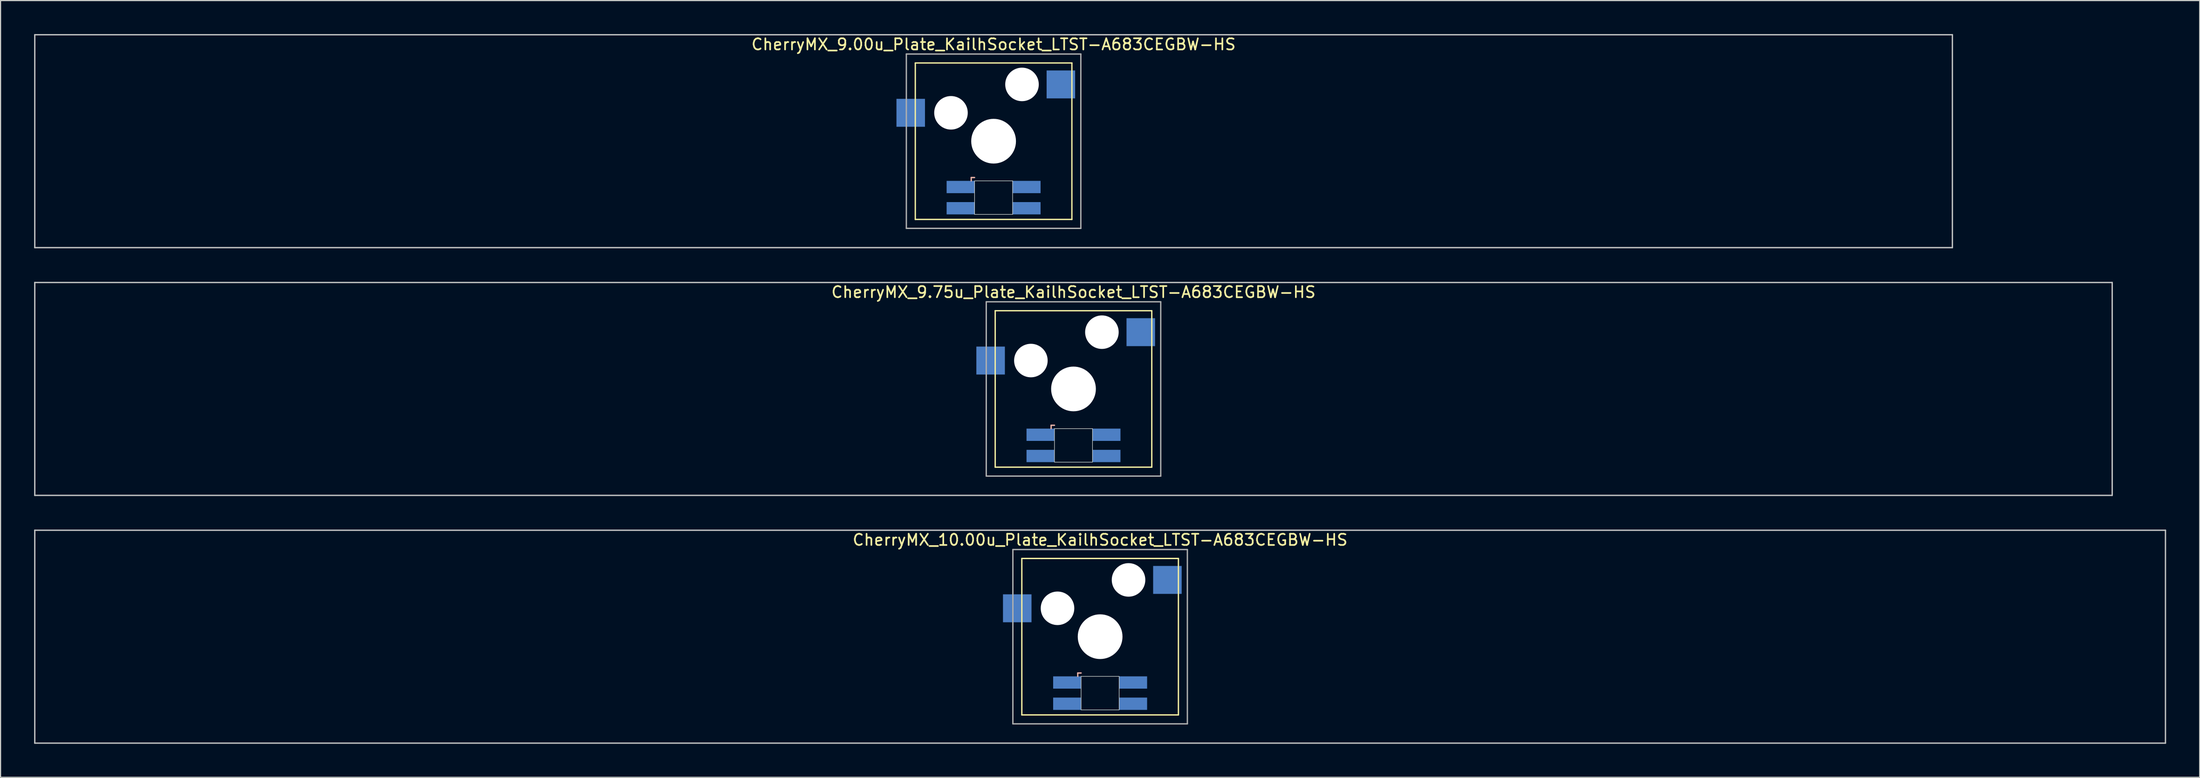
<source format=kicad_pcb>
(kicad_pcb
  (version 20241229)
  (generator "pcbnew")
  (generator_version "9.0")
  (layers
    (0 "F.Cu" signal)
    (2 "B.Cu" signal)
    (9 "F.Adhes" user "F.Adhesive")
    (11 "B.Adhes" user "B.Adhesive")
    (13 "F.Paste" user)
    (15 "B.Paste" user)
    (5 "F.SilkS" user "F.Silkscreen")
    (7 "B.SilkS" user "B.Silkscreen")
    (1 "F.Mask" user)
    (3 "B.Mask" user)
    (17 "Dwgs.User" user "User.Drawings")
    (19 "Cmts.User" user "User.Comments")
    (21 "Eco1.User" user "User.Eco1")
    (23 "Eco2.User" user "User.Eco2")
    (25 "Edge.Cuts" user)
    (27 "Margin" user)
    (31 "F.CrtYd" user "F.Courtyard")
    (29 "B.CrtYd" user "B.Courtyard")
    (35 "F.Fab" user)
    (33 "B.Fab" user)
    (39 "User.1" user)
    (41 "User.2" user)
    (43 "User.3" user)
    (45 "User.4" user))
  (footprint "CherryMX_9.75u_Plate_KailhSocket_LTST-A683CEGBW-HS"
    (layer "F.Cu")
    (at 92.929 31.755)
    (property "Reference" "CherryMX_9.75u_Plate_KailhSocket_LTST-A683CEGBW-HS" (at 0 -8.662 0) (layer "F.SilkS") (effects (font (size 1 1) (thickness 0.15))))
    (attr through_hole)
    (fp_line (start -7 -7) (end -7 7) (stroke (width 0.12) (type solid)) (layer "F.SilkS"))
    (fp_line (start -7 -7) (end 7 -7) (stroke (width 0.12) (type solid)) (layer "F.SilkS"))
    (fp_line (start 7 -7) (end 7 7) (stroke (width 0.12) (type solid)) (layer "F.SilkS"))
    (fp_line (start 7 7) (end -7 7) (stroke (width 0.12) (type solid)) (layer "F.SilkS"))
    (fp_line (start -2 3.25) (end -2 3.55) (stroke (width 0.12) (type solid)) (layer "B.SilkS"))
    (fp_line (start -1.7 3.25) (end -2 3.25) (stroke (width 0.12) (type solid)) (layer "B.SilkS"))
    (fp_line (start -92.869 -9.525) (end 92.869 -9.525) (stroke (width 0.12) (type solid)) (layer "Dwgs.User"))
    (fp_line (start -92.869 9.525) (end -92.869 -9.525) (stroke (width 0.12) (type solid)) (layer "Dwgs.User"))
    (fp_line (start 92.869 -9.525) (end 92.869 9.525) (stroke (width 0.12) (type solid)) (layer "Dwgs.User"))
    (fp_line (start 92.869 9.525) (end -92.869 9.525) (stroke (width 0.12) (type solid)) (layer "Dwgs.User"))
    (fp_line (start -1.7 3.55) (end 1.7 3.55) (stroke (width 0.05) (type solid)) (layer "Edge.Cuts"))
    (fp_line (start -1.7 6.55) (end -1.7 3.55) (stroke (width 0.05) (type solid)) (layer "Edge.Cuts"))
    (fp_line (start 1.7 3.55) (end 1.7 6.55) (stroke (width 0.05) (type solid)) (layer "Edge.Cuts"))
    (fp_line (start 1.7 6.55) (end -1.7 6.55) (stroke (width 0.05) (type solid)) (layer "Edge.Cuts"))
    (fp_line (start -7.8 -7.8) (end -7.8 7.8) (stroke (width 0.12) (type solid)) (layer "F.Fab"))
    (fp_line (start -7.8 -7.8) (end 7.8 -7.8) (stroke (width 0.12) (type solid)) (layer "F.Fab"))
    (fp_line (start -7.8 7.8) (end 7.8 7.8) (stroke (width 0.12) (type solid)) (layer "F.Fab"))
    (fp_line (start 7.8 -7.8) (end 7.8 7.8) (stroke (width 0.12) (type solid)) (layer "F.Fab"))
    (pad "" np_thru_hole circle (at -3.81 -2.54) (size 3 3) (drill 3) (layers "*.Cu" "*.Mask"))
    (pad "" np_thru_hole circle (at 0 0) (size 4 4) (drill 4) (layers "*.Cu" "*.Mask"))
    (pad "" np_thru_hole circle (at 2.54 -5.08) (size 3 3) (drill 3) (layers "*.Cu" "*.Mask"))
    (pad "1" smd rect (at -7.41 -2.54) (size 2.55 2.5) (layers "B.Cu" "B.Mask" "B.Paste"))
    (pad "2" smd rect (at 6.015 -5.08) (size 2.55 2.5) (layers "B.Cu" "B.Mask" "B.Paste"))
    (pad "3" smd rect (at -2.95 4.1) (size 2.5 1.1) (layers "B.Cu" "B.Mask" "B.Paste"))
    (pad "4" smd rect (at -2.95 6) (size 2.5 1.1) (layers "B.Cu" "B.Mask" "B.Paste"))
    (pad "5" smd rect (at 2.95 4.1) (size 2.5 1.1) (layers "B.Cu" "B.Mask" "B.Paste"))
    (pad "6" smd rect (at 2.95 6) (size 2.5 1.1) (layers "B.Cu" "B.Mask" "B.Paste")))
  (footprint "CherryMX_10.00u_Plate_KailhSocket_LTST-A683CEGBW-HS"
    (layer "F.Cu")
    (at 95.31 53.925)
    (property "Reference" "CherryMX_10.00u_Plate_KailhSocket_LTST-A683CEGBW-HS" (at 0 -8.662 0) (layer "F.SilkS") (effects (font (size 1 1) (thickness 0.15))))
    (attr through_hole)
    (fp_line (start -7 -7) (end -7 7) (stroke (width 0.12) (type solid)) (layer "F.SilkS"))
    (fp_line (start -7 -7) (end 7 -7) (stroke (width 0.12) (type solid)) (layer "F.SilkS"))
    (fp_line (start 7 -7) (end 7 7) (stroke (width 0.12) (type solid)) (layer "F.SilkS"))
    (fp_line (start 7 7) (end -7 7) (stroke (width 0.12) (type solid)) (layer "F.SilkS"))
    (fp_line (start -2 3.25) (end -2 3.55) (stroke (width 0.12) (type solid)) (layer "B.SilkS"))
    (fp_line (start -1.7 3.25) (end -2 3.25) (stroke (width 0.12) (type solid)) (layer "B.SilkS"))
    (fp_line (start -95.25 -9.525) (end 95.25 -9.525) (stroke (width 0.12) (type solid)) (layer "Dwgs.User"))
    (fp_line (start -95.25 9.525) (end -95.25 -9.525) (stroke (width 0.12) (type solid)) (layer "Dwgs.User"))
    (fp_line (start 95.25 -9.525) (end 95.25 9.525) (stroke (width 0.12) (type solid)) (layer "Dwgs.User"))
    (fp_line (start 95.25 9.525) (end -95.25 9.525) (stroke (width 0.12) (type solid)) (layer "Dwgs.User"))
    (fp_line (start -1.7 3.55) (end 1.7 3.55) (stroke (width 0.05) (type solid)) (layer "Edge.Cuts"))
    (fp_line (start -1.7 6.55) (end -1.7 3.55) (stroke (width 0.05) (type solid)) (layer "Edge.Cuts"))
    (fp_line (start 1.7 3.55) (end 1.7 6.55) (stroke (width 0.05) (type solid)) (layer "Edge.Cuts"))
    (fp_line (start 1.7 6.55) (end -1.7 6.55) (stroke (width 0.05) (type solid)) (layer "Edge.Cuts"))
    (fp_line (start -7.8 -7.8) (end -7.8 7.8) (stroke (width 0.12) (type solid)) (layer "F.Fab"))
    (fp_line (start -7.8 -7.8) (end 7.8 -7.8) (stroke (width 0.12) (type solid)) (layer "F.Fab"))
    (fp_line (start -7.8 7.8) (end 7.8 7.8) (stroke (width 0.12) (type solid)) (layer "F.Fab"))
    (fp_line (start 7.8 -7.8) (end 7.8 7.8) (stroke (width 0.12) (type solid)) (layer "F.Fab"))
    (pad "" np_thru_hole circle (at -3.81 -2.54) (size 3 3) (drill 3) (layers "*.Cu" "*.Mask"))
    (pad "" np_thru_hole circle (at 0 0) (size 4 4) (drill 4) (layers "*.Cu" "*.Mask"))
    (pad "" np_thru_hole circle (at 2.54 -5.08) (size 3 3) (drill 3) (layers "*.Cu" "*.Mask"))
    (pad "1" smd rect (at -7.41 -2.54) (size 2.55 2.5) (layers "B.Cu" "B.Mask" "B.Paste"))
    (pad "2" smd rect (at 6.015 -5.08) (size 2.55 2.5) (layers "B.Cu" "B.Mask" "B.Paste"))
    (pad "3" smd rect (at -2.95 4.1) (size 2.5 1.1) (layers "B.Cu" "B.Mask" "B.Paste"))
    (pad "4" smd rect (at -2.95 6) (size 2.5 1.1) (layers "B.Cu" "B.Mask" "B.Paste"))
    (pad "5" smd rect (at 2.95 4.1) (size 2.5 1.1) (layers "B.Cu" "B.Mask" "B.Paste"))
    (pad "6" smd rect (at 2.95 6) (size 2.5 1.1) (layers "B.Cu" "B.Mask" "B.Paste")))
  (footprint "CherryMX_9.00u_Plate_KailhSocket_LTST-A683CEGBW-HS"
    (layer "F.Cu")
    (at 85.785 9.585)
    (property "Reference" "CherryMX_9.00u_Plate_KailhSocket_LTST-A683CEGBW-HS" (at 0 -8.662 0) (layer "F.SilkS") (effects (font (size 1 1) (thickness 0.15))))
    (attr through_hole)
    (fp_line (start -7 -7) (end -7 7) (stroke (width 0.12) (type solid)) (layer "F.SilkS"))
    (fp_line (start -7 -7) (end 7 -7) (stroke (width 0.12) (type solid)) (layer "F.SilkS"))
    (fp_line (start 7 -7) (end 7 7) (stroke (width 0.12) (type solid)) (layer "F.SilkS"))
    (fp_line (start 7 7) (end -7 7) (stroke (width 0.12) (type solid)) (layer "F.SilkS"))
    (fp_line (start -2 3.25) (end -2 3.55) (stroke (width 0.12) (type solid)) (layer "B.SilkS"))
    (fp_line (start -1.7 3.25) (end -2 3.25) (stroke (width 0.12) (type solid)) (layer "B.SilkS"))
    (fp_line (start -85.725 -9.525) (end 85.725 -9.525) (stroke (width 0.12) (type solid)) (layer "Dwgs.User"))
    (fp_line (start -85.725 9.525) (end -85.725 -9.525) (stroke (width 0.12) (type solid)) (layer "Dwgs.User"))
    (fp_line (start 85.725 -9.525) (end 85.725 9.525) (stroke (width 0.12) (type solid)) (layer "Dwgs.User"))
    (fp_line (start 85.725 9.525) (end -85.725 9.525) (stroke (width 0.12) (type solid)) (layer "Dwgs.User"))
    (fp_line (start -1.7 3.55) (end 1.7 3.55) (stroke (width 0.05) (type solid)) (layer "Edge.Cuts"))
    (fp_line (start -1.7 6.55) (end -1.7 3.55) (stroke (width 0.05) (type solid)) (layer "Edge.Cuts"))
    (fp_line (start 1.7 3.55) (end 1.7 6.55) (stroke (width 0.05) (type solid)) (layer "Edge.Cuts"))
    (fp_line (start 1.7 6.55) (end -1.7 6.55) (stroke (width 0.05) (type solid)) (layer "Edge.Cuts"))
    (fp_line (start -7.8 -7.8) (end -7.8 7.8) (stroke (width 0.12) (type solid)) (layer "F.Fab"))
    (fp_line (start -7.8 -7.8) (end 7.8 -7.8) (stroke (width 0.12) (type solid)) (layer "F.Fab"))
    (fp_line (start -7.8 7.8) (end 7.8 7.8) (stroke (width 0.12) (type solid)) (layer "F.Fab"))
    (fp_line (start 7.8 -7.8) (end 7.8 7.8) (stroke (width 0.12) (type solid)) (layer "F.Fab"))
    (pad "" np_thru_hole circle (at -3.81 -2.54) (size 3 3) (drill 3) (layers "*.Cu" "*.Mask"))
    (pad "" np_thru_hole circle (at 0 0) (size 4 4) (drill 4) (layers "*.Cu" "*.Mask"))
    (pad "" np_thru_hole circle (at 2.54 -5.08) (size 3 3) (drill 3) (layers "*.Cu" "*.Mask"))
    (pad "1" smd rect (at -7.41 -2.54) (size 2.55 2.5) (layers "B.Cu" "B.Mask" "B.Paste"))
    (pad "2" smd rect (at 6.015 -5.08) (size 2.55 2.5) (layers "B.Cu" "B.Mask" "B.Paste"))
    (pad "3" smd rect (at -2.95 4.1) (size 2.5 1.1) (layers "B.Cu" "B.Mask" "B.Paste"))
    (pad "4" smd rect (at -2.95 6) (size 2.5 1.1) (layers "B.Cu" "B.Mask" "B.Paste"))
    (pad "5" smd rect (at 2.95 4.1) (size 2.5 1.1) (layers "B.Cu" "B.Mask" "B.Paste"))
    (pad "6" smd rect (at 2.95 6) (size 2.5 1.1) (layers "B.Cu" "B.Mask" "B.Paste")))
  (gr_rect
    (start -3 -3)
    (end 193.62 66.51)
    (stroke (width 0.1) (type default))
    (fill no)
    (layer "Edge.Cuts")))
</source>
